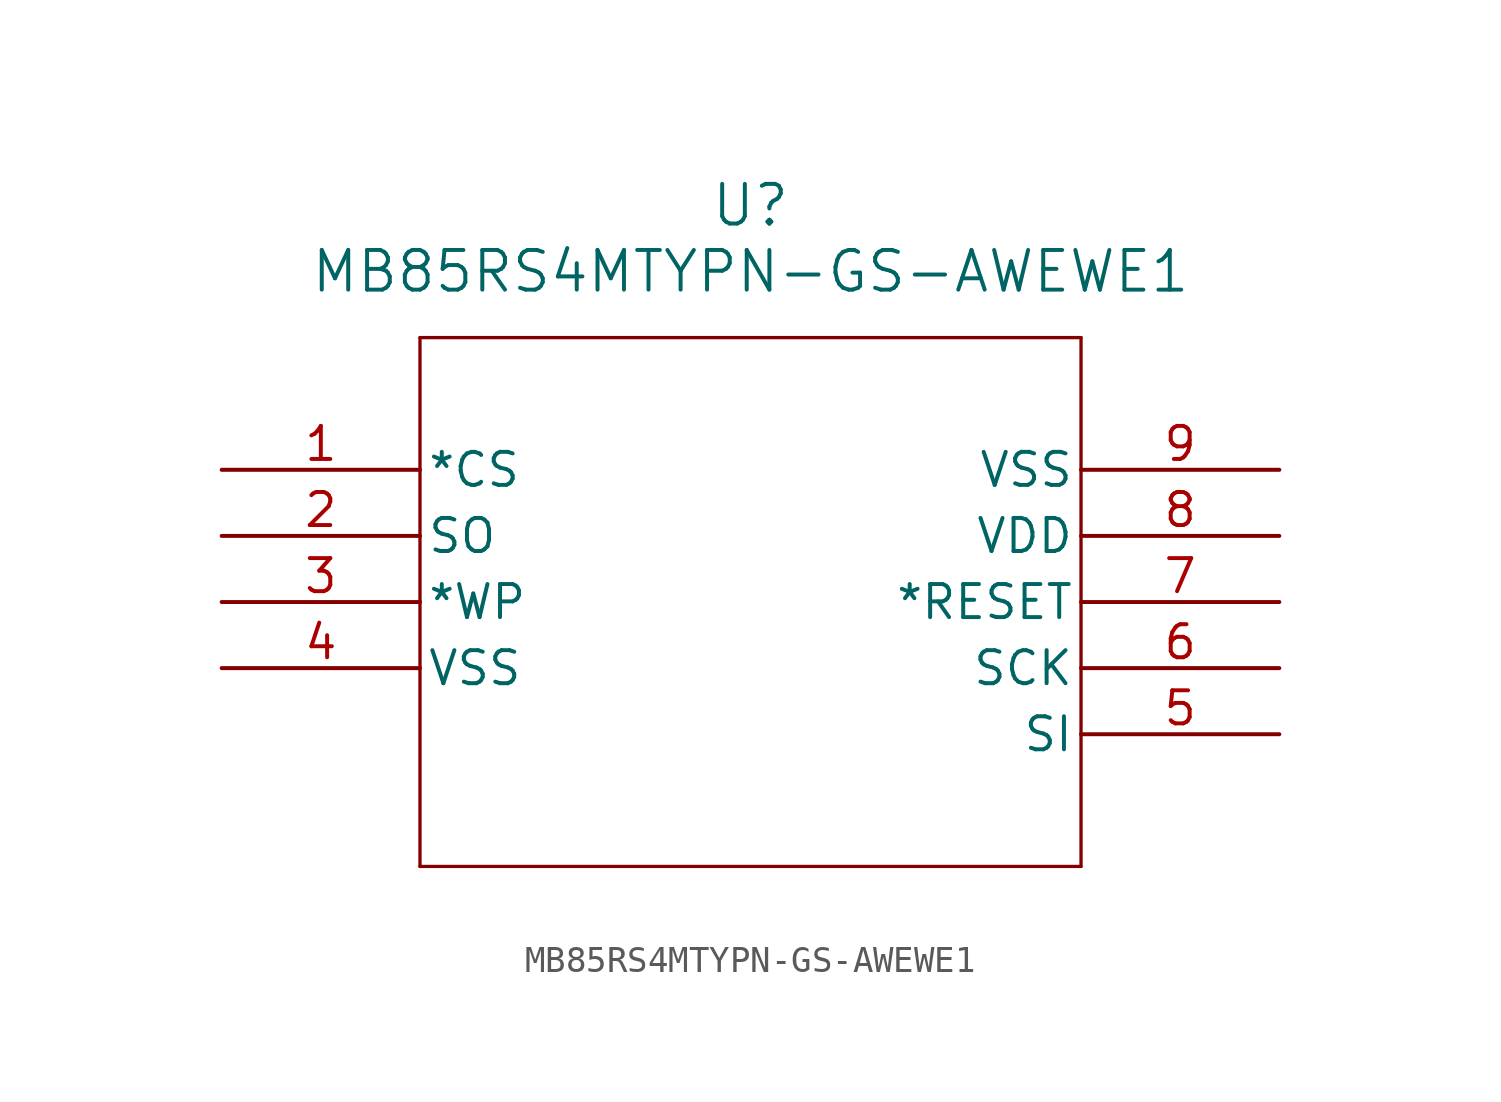
<source format=kicad_sym>
(kicad_symbol_lib
  (version 20211014)
  (generator kicad_symbol_editor)
  (symbol "MB85RS4MTYPN-GS-AWEWE1"
    (pin_names
      (offset 0.254))
    (property "Reference" "U"
      (at 20.32 10.16 0)
      (effects (font (size 1.524 1.524))))
    (property "Value" "MB85RS4MTYPN-GS-AWEWE1"
      (at 20.32 7.62 0)
      (effects (font (size 1.524 1.524))))
    (symbol "MB85RS4MTYPN-GS-AWEWE1_0_1"
      (polyline (pts (xy 7.62 5.08) (xy 7.62 -15.24)) (stroke (width 0.127) (type default) (color 0 0 0 0)) (fill (type none)))
      (polyline (pts (xy 7.62 -15.24) (xy 33.02 -15.24)) (stroke (width 0.127) (type default) (color 0 0 0 0)) (fill (type none)))
      (polyline (pts (xy 33.02 -15.24) (xy 33.02 5.08)) (stroke (width 0.127) (type default) (color 0 0 0 0)) (fill (type none)))
      (polyline (pts (xy 33.02 5.08) (xy 7.62 5.08)) (stroke (width 0.127) (type default) (color 0 0 0 0)) (fill (type none)))
      (pin input line (at 0 0 0) (length 7.62) (name "*CS" (effects (font (size 1.27 1.27)))) (number "1" (effects (font (size 1.27 1.27)))))
      (pin output line (at 0 -2.54 0) (length 7.62) (name "SO" (effects (font (size 1.27 1.27)))) (number "2" (effects (font (size 1.27 1.27)))))
      (pin input line (at 0 -5.08 0) (length 7.62) (name "*WP" (effects (font (size 1.27 1.27)))) (number "3" (effects (font (size 1.27 1.27)))))
      (pin power_out line (at 0 -7.62 0) (length 7.62) (name "VSS" (effects (font (size 1.27 1.27)))) (number "4" (effects (font (size 1.27 1.27)))))
      (pin input line (at 40.64 -10.16 180) (length 7.62) (name "SI" (effects (font (size 1.27 1.27)))) (number "5" (effects (font (size 1.27 1.27)))))
      (pin input line (at 40.64 -7.62 180) (length 7.62) (name "SCK" (effects (font (size 1.27 1.27)))) (number "6" (effects (font (size 1.27 1.27)))))
      (pin input line (at 40.64 -5.08 180) (length 7.62) (name "*RESET" (effects (font (size 1.27 1.27)))) (number "7" (effects (font (size 1.27 1.27)))))
      (pin power_in line (at 40.64 -2.54 180) (length 7.62) (name "VDD" (effects (font (size 1.27 1.27)))) (number "8" (effects (font (size 1.27 1.27)))))
      (pin power_out line (at 40.64 0 180) (length 7.62) (name "VSS" (effects (font (size 1.27 1.27)))) (number "9" (effects (font (size 1.27 1.27))))))))
</source>
